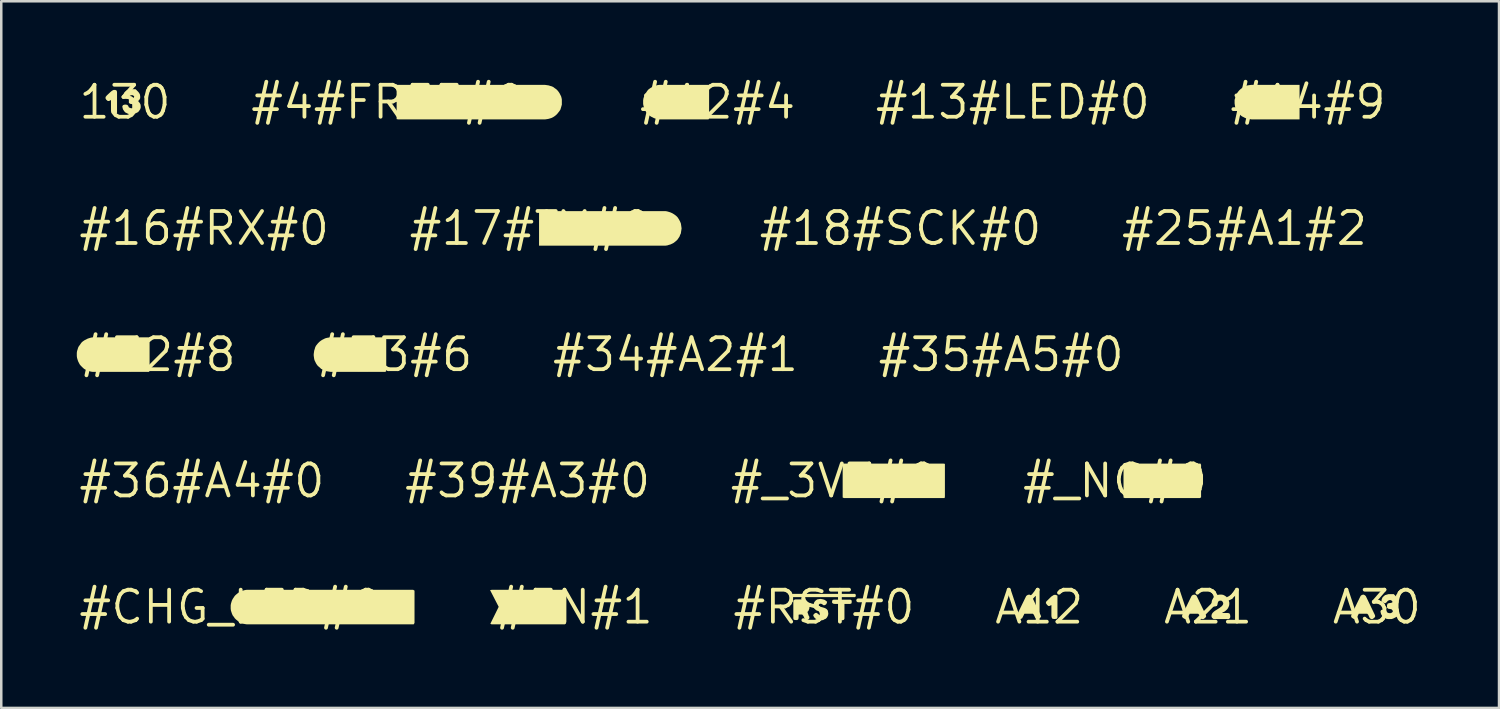
<source format=kicad_pcb>
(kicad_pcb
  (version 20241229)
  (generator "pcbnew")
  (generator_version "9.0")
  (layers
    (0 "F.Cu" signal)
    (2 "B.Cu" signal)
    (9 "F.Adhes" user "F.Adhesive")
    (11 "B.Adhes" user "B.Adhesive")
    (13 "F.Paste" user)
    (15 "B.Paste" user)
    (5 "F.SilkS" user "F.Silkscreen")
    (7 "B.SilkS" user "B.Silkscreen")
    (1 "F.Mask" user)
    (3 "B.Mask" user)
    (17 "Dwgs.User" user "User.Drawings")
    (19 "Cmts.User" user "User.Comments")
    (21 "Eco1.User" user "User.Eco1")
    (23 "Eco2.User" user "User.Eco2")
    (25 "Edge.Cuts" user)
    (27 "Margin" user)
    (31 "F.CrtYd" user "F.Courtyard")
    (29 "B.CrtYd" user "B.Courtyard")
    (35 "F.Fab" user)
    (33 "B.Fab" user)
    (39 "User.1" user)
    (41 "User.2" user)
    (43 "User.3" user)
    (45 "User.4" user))
  (footprint "#36#A4#0"
    (layer "F.Cu")
    (at 4.966 16.043)
    (property "Reference" "#36#A4#0" (at 0 0 0) (layer "F.SilkS") (effects (font (size 1.27 1.27) (thickness 0.15))))
    (fp_poly (pts (xy 1.905 0.248) (xy 1.9 0.25) (xy 1.9 0.245) (xy 1.903 0.245)) (stroke (width 0) (type default)) (fill yes) (layer "F.SilkS")))
  (footprint "#14#9"
    (layer "F.Cu")
    (at 48.889 1.006)
    (property "Reference" "#14#9" (at 0 0 0) (layer "F.SilkS") (effects (font (size 1.27 1.27) (thickness 0.15))))
    (fp_poly (pts (xy -0.335 0.685) (xy -2.238 0.685) (xy -2.239 0.685) (xy -2.24 0.685) (xy -2.244 0.685) (xy -2.243 0.685) (xy -2.301 0.675) (xy -2.371 0.665) (xy -2.431 0.655) (xy -2.502 0.625) (xy -2.562 0.594) (xy -2.623 0.564) (xy -2.673 0.524) (xy -2.724 0.474) (xy -2.774 0.423) (xy -2.804 0.373) (xy -2.844 0.313) (xy -2.875 0.252) (xy -2.895 0.181) (xy -2.905 0.121) (xy -2.915 0.05) (xy -2.915 -0.091) (xy -2.895 -0.151) (xy -2.885 -0.222) (xy -2.824 -0.343) (xy -2.784 -0.403) (xy -2.744 -0.453) (xy -2.693 -0.504) (xy -2.643 -0.544) (xy -2.583 -0.584) (xy -2.532 -0.614) (xy -2.462 -0.645) (xy -2.401 -0.665) (xy -2.331 -0.675) (xy -2.26 -0.685) (xy -0.335 -0.685)) (stroke (width 0) (type default)) (fill yes) (layer "F.SilkS")))
  (footprint "#18#SCK#0"
    (layer "F.Cu")
    (at 32.707 6.019)
    (property "Reference" "#18#SCK#0" (at 0 0 0) (layer "F.SilkS") (effects (font (size 1.27 1.27) (thickness 0.15))))
    (fp_poly (pts (xy 1.664 0.246) (xy 1.66 0.25) (xy 1.66 0.245) (xy 1.662 0.245)) (stroke (width 0) (type default)) (fill yes) (layer "F.SilkS")))
  (footprint "#12#4"
    (layer "F.Cu")
    (at 25.443 1.006)
    (property "Reference" "#12#4" (at 0 0 0) (layer "F.SilkS") (effects (font (size 1.27 1.27) (thickness 0.15))))
    (fp_poly (pts (xy -0.335 -0.652) (xy -0.335 0.631) (xy -0.357 0.685) (xy -2.33 0.685) (xy -2.391 0.675) (xy -2.461 0.655) (xy -2.522 0.635) (xy -2.643 0.574) (xy -2.703 0.534) (xy -2.754 0.484) (xy -2.804 0.433) (xy -2.844 0.383) (xy -2.905 0.262) (xy -2.925 0.201) (xy -2.945 0.131) (xy -2.955 0.07) (xy -2.955 -0.07) (xy -2.945 -0.141) (xy -2.925 -0.202) (xy -2.905 -0.262) (xy -2.874 -0.333) (xy -2.834 -0.383) (xy -2.794 -0.443) (xy -2.754 -0.494) (xy -2.703 -0.534) (xy -2.643 -0.574) (xy -2.522 -0.635) (xy -2.461 -0.655) (xy -2.391 -0.675) (xy -2.32 -0.685) (xy -0.378 -0.685)) (stroke (width 0) (type default)) (fill yes) (layer "F.SilkS")))
  (footprint "#25#A1#2"
    (layer "F.Cu")
    (at 46.365 6.019)
    (property "Reference" "#25#A1#2" (at 0 0 0) (layer "F.SilkS") (effects (font (size 1.27 1.27) (thickness 0.15))))
    (fp_poly (pts (xy 3.87 0.07) (xy 3.865 0.07) (xy 3.865 0.065) (xy 3.87 0.065)) (stroke (width 0) (type default)) (fill yes) (layer "F.SilkS")))
  (footprint "#35#A5#0"
    (layer "F.Cu")
    (at 36.704 11.031)
    (property "Reference" "#35#A5#0" (at 0 0 0) (layer "F.SilkS") (effects (font (size 1.27 1.27) (thickness 0.15))))
    (fp_poly (pts (xy 3.752 0.066) (xy 3.75 0.07) (xy 3.75 0.065) (xy 3.751 0.065)) (stroke (width 0) (type default)) (fill yes) (layer "F.SilkS")))
  (footprint "#4#FREE#0"
    (layer "F.Cu")
    (at 12.365 1.006)
    (property "Reference" "#4#FREE#0" (at 0 0 0) (layer "F.SilkS") (effects (font (size 1.27 1.27) (thickness 0.15))))
    (fp_poly (pts (xy 3.852 -0.255) (xy 3.914 -0.213) (xy 3.935 -0.15) (xy 3.925 -0.077) (xy 3.872 -0.035) (xy 3.81 -0.025) (xy 3.667 -0.025) (xy 3.655 -0.049) (xy 3.655 -0.254) (xy 3.72 -0.265) (xy 3.79 -0.265)) (stroke (width 0) (type default)) (fill yes) (layer "F.SilkS"))
    (fp_poly (pts (xy 6.23 -0.685) (xy 6.301 -0.675) (xy 6.371 -0.665) (xy 6.431 -0.645) (xy 6.502 -0.625) (xy 6.563 -0.594) (xy 6.613 -0.554) (xy 6.673 -0.514) (xy 6.724 -0.463) (xy 6.764 -0.413) (xy 6.804 -0.353) (xy 6.865 -0.232) (xy 6.885 -0.161) (xy 6.895 -0.1) (xy 6.895 0.101) (xy 6.875 0.171) (xy 6.855 0.241) (xy 6.835 0.302) (xy 6.794 0.363) (xy 6.754 0.413) (xy 6.714 0.463) (xy 6.663 0.514) (xy 6.613 0.554) (xy 6.553 0.594) (xy 6.492 0.625) (xy 6.431 0.645) (xy 6.361 0.665) (xy 6.301 0.675) (xy 6.23 0.685) (xy 0.4 0.685) (xy 0.335 0.674) (xy 0.335 -0.62) (xy 0.346 -0.685)) (stroke (width 0) (type default)) (fill yes) (layer "F.SilkS")))
  (footprint "#CHG_LED#0"
    (layer "F.Cu")
    (at 6.115 21.056)
    (property "Reference" "#CHG_LED#0" (at 0 0 0) (layer "F.SilkS") (effects (font (size 1.27 1.27) (thickness 0.15))))
    (fp_poly (pts (xy 6.443 -0.224) (xy 6.493 -0.184) (xy 6.544 -0.133) (xy 6.565 -0.071) (xy 6.575 0) (xy 6.565 0.072) (xy 6.534 0.133) (xy 6.494 0.183) (xy 6.443 0.234) (xy 6.421 0.245) (xy 6.206 0.245) (xy 6.195 0.19) (xy 6.195 -0.223) (xy 6.238 -0.255) (xy 6.381 -0.255)) (stroke (width 0) (type default)) (fill yes) (layer "F.SilkS"))
    (fp_poly (pts (xy 7.241 -0.685) (xy 7.295 -0.653) (xy 7.295 0.631) (xy 7.263 0.685) (xy 0.63 0.685) (xy 0.559 0.675) (xy 0.499 0.655) (xy 0.428 0.635) (xy 0.307 0.574) (xy 0.257 0.534) (xy 0.207 0.494) (xy 0.156 0.443) (xy 0.116 0.383) (xy 0.076 0.333) (xy 0.045 0.262) (xy 0.025 0.202) (xy 0.005 0.141) (xy -0.005 0.07) (xy -0.005 -0.07) (xy 0.005 -0.131) (xy 0.025 -0.201) (xy 0.045 -0.262) (xy 0.076 -0.323) (xy 0.116 -0.383) (xy 0.156 -0.443) (xy 0.197 -0.484) (xy 0.257 -0.534) (xy 0.307 -0.574) (xy 0.428 -0.635) (xy 0.489 -0.655) (xy 0.559 -0.675) (xy 0.63 -0.685)) (stroke (width 0) (type default)) (fill yes) (layer "F.SilkS")))
  (footprint "#39#A3#0"
    (layer "F.Cu")
    (at 17.899 16.043)
    (property "Reference" "#39#A3#0" (at 0 0 0) (layer "F.SilkS") (effects (font (size 1.27 1.27) (thickness 0.15))))
    (fp_poly (pts (xy 3.755 0.07) (xy 3.75 0.07) (xy 3.75 0.065) (xy 3.755 0.065)) (stroke (width 0) (type default)) (fill yes) (layer "F.SilkS")))
  (footprint "#16#RX#0"
    (layer "F.Cu")
    (at 5.057 6.019)
    (property "Reference" "#16#RX#0" (at 0 0 0) (layer "F.SilkS") (effects (font (size 1.27 1.27) (thickness 0.15))))
    (fp_poly (pts (xy 1.644 0.257) (xy 1.64 0.26) (xy 1.64 0.255) (xy 1.643 0.255)) (stroke (width 0) (type default)) (fill yes) (layer "F.SilkS")))
  (footprint "#34#A2#1"
    (layer "F.Cu")
    (at 23.771 11.031)
    (property "Reference" "#34#A2#1" (at 0 0 0) (layer "F.SilkS") (effects (font (size 1.27 1.27) (thickness 0.15))))
    (fp_poly (pts (xy 3.804 0.068) (xy 3.8 0.07) (xy 3.8 0.065) (xy 3.803 0.065)) (stroke (width 0) (type default)) (fill yes) (layer "F.SilkS")))
  (footprint "130"
    (layer "F.Cu")
    (at 1.912 1.006)
    (property "Reference" "130" (at 0 0 0) (layer "F.SilkS") (effects (font (size 1.27 1.27) (thickness 0.15))))
    (fp_poly (pts (xy -0.325 -0.453) (xy -0.315 -0.39) (xy -0.315 0.422) (xy -0.358 0.465) (xy -0.44 0.475) (xy -0.513 0.465) (xy -0.545 0.412) (xy -0.555 0.35) (xy -0.555 -0.059) (xy -0.563 -0.083) (xy -0.629 -0.045) (xy -0.682 -0.045) (xy -0.744 -0.097) (xy -0.775 -0.159) (xy -0.765 -0.212) (xy -0.714 -0.273) (xy -0.563 -0.414) (xy -0.513 -0.454) (xy -0.451 -0.485) (xy -0.379 -0.485)) (stroke (width 0) (type default)) (fill yes) (layer "F.SilkS"))
    (fp_poly (pts (xy 0.524 -0.413) (xy 0.564 -0.363) (xy 0.595 -0.302) (xy 0.605 -0.23) (xy 0.605 -0.159) (xy 0.574 -0.097) (xy 0.535 -0.058) (xy 0.535 -0.022) (xy 0.584 0.027) (xy 0.615 0.088) (xy 0.625 0.15) (xy 0.625 0.221) (xy 0.605 0.282) (xy 0.564 0.343) (xy 0.523 0.394) (xy 0.402 0.455) (xy 0.341 0.475) (xy 0.19 0.475) (xy 0.128 0.465) (xy 0.007 0.404) (xy -0.034 0.353) (xy -0.075 0.292) (xy -0.095 0.231) (xy -0.105 0.159) (xy -0.073 0.116) (xy -0.000392 0.095) (xy 0.082 0.105) (xy 0.124 0.137) (xy 0.154 0.206) (xy 0.212 0.235) (xy 0.28 0.245) (xy 0.338 0.226) (xy 0.385 0.188) (xy 0.375 0.132) (xy 0.328 0.085) (xy 0.259 0.075) (xy 0.198 0.065) (xy 0.155 0.022) (xy 0.155 -0.071) (xy 0.176 -0.134) (xy 0.229 -0.155) (xy 0.309 -0.165) (xy 0.356 -0.184) (xy 0.365 -0.238) (xy 0.308 -0.275) (xy 0.241 -0.275) (xy 0.183 -0.246) (xy 0.144 -0.196) (xy 0.091 -0.155) (xy 0.028 -0.165) (xy -0.034 -0.206) (xy -0.065 -0.259) (xy -0.055 -0.311) (xy -0.024 -0.383) (xy 0.027 -0.434) (xy 0.078 -0.475) (xy 0.149 -0.495) (xy 0.219 -0.515) (xy 0.422 -0.515)) (stroke (width 0) (type default)) (fill yes) (layer "F.SilkS")))
  (footprint "A30"
    (layer "F.Cu")
    (at 51.622 21.056)
    (property "Reference" "A30" (at 0 0 0) (layer "F.SilkS") (effects (font (size 1.27 1.27) (thickness 0.15))))
    (fp_poly (pts (xy -0.467 -0.464) (xy -0.436 -0.433) (xy -0.075 0.318) (xy -0.065 0.371) (xy -0.096 0.423) (xy -0.168 0.475) (xy -0.232 0.475) (xy -0.284 0.433) (xy -0.344 0.303) (xy -0.382 0.265) (xy -0.717 0.265) (xy -0.776 0.382) (xy -0.806 0.444) (xy -0.869 0.475) (xy -0.932 0.465) (xy -1.004 0.413) (xy -1.025 0.36) (xy -1.005 0.298) (xy -0.674 -0.382) (xy -0.644 -0.443) (xy -0.592 -0.485) (xy -0.519 -0.495)) (stroke (width 0) (type default)) (fill yes) (layer "F.SilkS"))
    (fp_poly (pts (xy 0.774 -0.413) (xy 0.814 -0.363) (xy 0.845 -0.302) (xy 0.855 -0.23) (xy 0.855 -0.159) (xy 0.824 -0.097) (xy 0.785 -0.058) (xy 0.785 -0.022) (xy 0.834 0.027) (xy 0.865 0.088) (xy 0.875 0.15) (xy 0.875 0.221) (xy 0.855 0.282) (xy 0.814 0.343) (xy 0.773 0.394) (xy 0.652 0.455) (xy 0.591 0.475) (xy 0.44 0.475) (xy 0.378 0.465) (xy 0.257 0.404) (xy 0.216 0.353) (xy 0.175 0.292) (xy 0.155 0.231) (xy 0.145 0.159) (xy 0.177 0.116) (xy 0.25 0.095) (xy 0.332 0.105) (xy 0.374 0.137) (xy 0.404 0.206) (xy 0.462 0.235) (xy 0.53 0.245) (xy 0.588 0.226) (xy 0.635 0.188) (xy 0.625 0.132) (xy 0.578 0.085) (xy 0.509 0.075) (xy 0.448 0.065) (xy 0.405 0.022) (xy 0.405 -0.071) (xy 0.426 -0.134) (xy 0.479 -0.155) (xy 0.559 -0.165) (xy 0.615 -0.184) (xy 0.615 -0.237) (xy 0.558 -0.275) (xy 0.491 -0.275) (xy 0.433 -0.246) (xy 0.394 -0.196) (xy 0.341 -0.155) (xy 0.278 -0.165) (xy 0.216 -0.206) (xy 0.185 -0.259) (xy 0.195 -0.311) (xy 0.226 -0.383) (xy 0.277 -0.434) (xy 0.328 -0.475) (xy 0.399 -0.495) (xy 0.469 -0.515) (xy 0.672 -0.515)) (stroke (width 0) (type default)) (fill yes) (layer "F.SilkS")))
  (footprint "#32#8"
    (layer "F.Cu")
    (at 3.225 11.031)
    (property "Reference" "#32#8" (at 0 0 0) (layer "F.SilkS") (effects (font (size 1.27 1.27) (thickness 0.15))))
    (fp_poly (pts (xy -0.378 -0.685) (xy -0.335 -0.652) (xy -0.335 0.641) (xy -0.357 0.685) (xy -2.6 0.685) (xy -2.671 0.675) (xy -2.731 0.655) (xy -2.802 0.635) (xy -2.923 0.574) (xy -2.973 0.534) (xy -3.024 0.484) (xy -3.074 0.433) (xy -3.114 0.383) (xy -3.175 0.262) (xy -3.195 0.201) (xy -3.215 0.131) (xy -3.225 0.06) (xy -3.225 -0.07) (xy -3.215 -0.141) (xy -3.195 -0.201) (xy -3.175 -0.272) (xy -3.144 -0.333) (xy -3.104 -0.383) (xy -3.064 -0.443) (xy -3.024 -0.494) (xy -2.973 -0.534) (xy -2.913 -0.574) (xy -2.792 -0.635) (xy -2.731 -0.655) (xy -2.661 -0.675) (xy -2.59 -0.685)) (stroke (width 0) (type default)) (fill yes) (layer "F.SilkS")))
  (footprint "#EN#1"
    (layer "F.Cu")
    (at 19.758 21.056)
    (property "Reference" "#EN#1" (at 0 0 0) (layer "F.SilkS") (effects (font (size 1.27 1.27) (thickness 0.15))))
    (fp_poly (pts (xy -0.357 -0.685) (xy -0.335 -0.631) (xy -0.335 0.652) (xy -0.378 0.685) (xy -3.291 0.685) (xy -3.337 0.662) (xy -3.034 0.048) (xy -3.006 -0.01) (xy -3.348 -0.674) (xy -3.28 -0.685)) (stroke (width 0) (type default)) (fill yes) (layer "F.SilkS")))
  (footprint "#17#TX#0"
    (layer "F.Cu")
    (at 18.02 6.019)
    (property "Reference" "#17#TX#0" (at 0 0 0) (layer "F.SilkS") (effects (font (size 1.27 1.27) (thickness 0.15))))
    (fp_poly (pts (xy 5.36 -0.685) (xy 5.421 -0.675) (xy 5.491 -0.655) (xy 5.552 -0.635) (xy 5.622 -0.604) (xy 5.673 -0.574) (xy 5.733 -0.534) (xy 5.783 -0.494) (xy 5.834 -0.443) (xy 5.874 -0.383) (xy 5.904 -0.332) (xy 5.935 -0.272) (xy 5.965 -0.201) (xy 5.975 -0.141) (xy 5.985 -0.071) (xy 5.995 0) (xy 5.985 0.071) (xy 5.975 0.131) (xy 5.965 0.202) (xy 5.935 0.262) (xy 5.915 0.322) (xy 5.834 0.443) (xy 5.783 0.494) (xy 5.733 0.534) (xy 5.683 0.574) (xy 5.562 0.635) (xy 5.491 0.655) (xy 5.431 0.675) (xy 5.36 0.685) (xy 0.335 0.685) (xy 0.335 -0.685)) (stroke (width 0) (type default)) (fill yes) (layer "F.SilkS")))
  (footprint "#RST#0"
    (layer "F.Cu")
    (at 29.667 21.056)
    (property "Reference" "#RST#0" (at 0 0 0) (layer "F.SilkS") (effects (font (size 1.27 1.27) (thickness 0.15))))
    (fp_poly (pts (xy 1.265 -0.492) (xy 1.265 -0.428) (xy 1.232 -0.395) (xy -1.255 -0.395) (xy -1.265 -0.525) (xy 1.232 -0.525)) (stroke (width 0) (type default)) (fill yes) (layer "F.SilkS"))
    (fp_poly (pts (xy 1.095 -0.273) (xy 1.105 -0.21) (xy 1.094 -0.146) (xy 1.041 -0.125) (xy 0.815 -0.125) (xy 0.815 0.461) (xy 0.794 0.504) (xy 0.73 0.525) (xy 0.668 0.515) (xy 0.625 0.483) (xy 0.615 0.43) (xy 0.615 -0.089) (xy 0.597 -0.125) (xy 0.43 -0.125) (xy 0.368 -0.135) (xy 0.325 -0.168) (xy 0.325 -0.241) (xy 0.347 -0.285) (xy 0.41 -0.295) (xy 1.051 -0.295)) (stroke (width 0) (type default)) (fill yes) (layer "F.SilkS"))
    (fp_poly (pts (xy -0.778 -0.285) (xy -0.727 -0.264) (xy -0.681 -0.227) (xy -0.68 -0.227) (xy -0.677 -0.224) (xy -0.673 -0.221) (xy -0.673 -0.22) (xy -0.636 -0.183) (xy -0.606 -0.132) (xy -0.585 -0.081) (xy -0.575 -0.02) (xy -0.575 0.041) (xy -0.595 0.102) (xy -0.616 0.153) (xy -0.654 0.192) (xy -0.645 0.229) (xy -0.606 0.338) (xy -0.585 0.368) (xy -0.575 0.431) (xy -0.596 0.473) (xy -0.658 0.515) (xy -0.711 0.525) (xy -0.754 0.493) (xy -0.814 0.353) (xy -0.862 0.295) (xy -0.969 0.295) (xy -1.005 0.304) (xy -1.005 0.42) (xy -1.015 0.483) (xy -1.058 0.515) (xy -1.13 0.515) (xy -1.194 0.504) (xy -1.215 0.451) (xy -1.215 -0.241) (xy -1.194 -0.284) (xy -1.131 -0.305) (xy -0.839 -0.305)) (stroke (width 0) (type default)) (fill yes) (layer "F.SilkS"))
    (fp_poly (pts (xy -0.079 -0.315) (xy -0.029 -0.305) (xy 0.032 -0.284) (xy 0.073 -0.254) (xy 0.126 -0.212) (xy 0.115 -0.158) (xy 0.084 -0.106) (xy 0.031 -0.075) (xy -0.022 -0.075) (xy -0.073 -0.116) (xy -0.121 -0.135) (xy -0.177 -0.125) (xy -0.205 -0.089) (xy -0.196 -0.034) (xy -0.148 -0.015) (xy -0.039 0.015) (xy 0.022 0.035) (xy 0.072 0.056) (xy 0.114 0.086) (xy 0.155 0.138) (xy 0.165 0.199) (xy 0.175 0.26) (xy 0.165 0.321) (xy 0.144 0.372) (xy 0.114 0.423) (xy 0.073 0.464) (xy 0.022 0.484) (xy -0.028 0.515) (xy -0.09 0.525) (xy -0.15 0.525) (xy -0.201 0.515) (xy -0.262 0.505) (xy -0.313 0.474) (xy -0.364 0.434) (xy -0.394 0.393) (xy -0.425 0.341) (xy -0.415 0.297) (xy -0.363 0.246) (xy -0.31 0.225) (xy -0.267 0.246) (xy -0.217 0.286) (xy -0.168 0.325) (xy -0.111 0.325) (xy -0.054 0.306) (xy -0.035 0.269) (xy -0.044 0.223) (xy -0.092 0.195) (xy -0.151 0.185) (xy -0.212 0.165) (xy -0.262 0.145) (xy -0.313 0.124) (xy -0.354 0.084) (xy -0.395 0.042) (xy -0.405 -0.019) (xy -0.415 -0.08) (xy -0.405 -0.131) (xy -0.384 -0.192) (xy -0.354 -0.233) (xy -0.313 -0.274) (xy -0.262 -0.305) (xy -0.14 -0.325)) (stroke (width 0) (type default)) (fill yes) (layer "F.SilkS")))
  (footprint "#_3V3#0"
    (layer "F.Cu")
    (at 30.076 16.043)
    (property "Reference" "#_3V3#0" (at 0 0 0) (layer "F.SilkS") (effects (font (size 1.27 1.27) (thickness 0.15))))
    (fp_poly (pts (xy 4.33 -0.685) (xy 4.395 -0.674) (xy 4.395 0.62) (xy 4.384 0.685) (xy 0.389 0.685) (xy 0.335 0.663) (xy 0.335 -0.631) (xy 0.357 -0.685)) (stroke (width 0) (type default)) (fill yes) (layer "F.SilkS")))
  (footprint "#_NC#0"
    (layer "F.Cu")
    (at 41.228 16.043)
    (property "Reference" "#_NC#0" (at 0 0 0) (layer "F.SilkS") (effects (font (size 1.27 1.27) (thickness 0.15))))
    (fp_poly (pts (xy 3.393 -0.685) (xy 3.415 -0.631) (xy 3.415 0.652) (xy 3.372 0.685) (xy 0.389 0.685) (xy 0.335 0.663) (xy 0.335 -0.631) (xy 0.357 -0.685)) (stroke (width 0) (type default)) (fill yes) (layer "F.SilkS")))
  (footprint "A21"
    (layer "F.Cu")
    (at 44.919 21.056)
    (property "Reference" "A21" (at 0 0 0) (layer "F.SilkS") (effects (font (size 1.27 1.27) (thickness 0.15))))
    (fp_poly (pts (xy -0.467 -0.464) (xy -0.446 -0.432) (xy -0.085 0.318) (xy -0.075 0.371) (xy -0.106 0.423) (xy -0.178 0.475) (xy -0.242 0.475) (xy -0.294 0.433) (xy -0.354 0.303) (xy -0.392 0.265) (xy -0.727 0.265) (xy -0.786 0.382) (xy -0.816 0.444) (xy -0.879 0.475) (xy -0.942 0.465) (xy -1.014 0.413) (xy -1.035 0.36) (xy -1.015 0.298) (xy -0.684 -0.382) (xy -0.654 -0.443) (xy -0.602 -0.485) (xy -0.529 -0.495)) (stroke (width 0) (type default)) (fill yes) (layer "F.SilkS"))
    (fp_poly (pts (xy 0.602 -0.485) (xy 0.663 -0.454) (xy 0.723 -0.414) (xy 0.764 -0.363) (xy 0.804 -0.312) (xy 0.825 -0.251) (xy 0.845 -0.181) (xy 0.845 -0.11) (xy 0.835 -0.049) (xy 0.804 0.022) (xy 0.774 0.073) (xy 0.723 0.124) (xy 0.663 0.174) (xy 0.602 0.204) (xy 0.558 0.231) (xy 0.562 0.235) (xy 0.77 0.235) (xy 0.843 0.245) (xy 0.875 0.298) (xy 0.885 0.37) (xy 0.875 0.433) (xy 0.822 0.475) (xy 0.218 0.475) (xy 0.156 0.423) (xy 0.135 0.36) (xy 0.145 0.298) (xy 0.176 0.237) (xy 0.227 0.186) (xy 0.277 0.146) (xy 0.457 0.036) (xy 0.507 -0.004) (xy 0.556 -0.043) (xy 0.595 -0.102) (xy 0.605 -0.159) (xy 0.576 -0.217) (xy 0.528 -0.255) (xy 0.462 -0.255) (xy 0.404 -0.217) (xy 0.385 -0.159) (xy 0.375 -0.099) (xy 0.354 -0.046) (xy 0.281 -0.025) (xy 0.188 -0.025) (xy 0.145 -0.068) (xy 0.135 -0.13) (xy 0.145 -0.201) (xy 0.155 -0.262) (xy 0.186 -0.323) (xy 0.226 -0.383) (xy 0.277 -0.434) (xy 0.328 -0.465) (xy 0.399 -0.485) (xy 0.46 -0.495) (xy 0.54 -0.495)) (stroke (width 0) (type default)) (fill yes) (layer "F.SilkS")))
  (footprint "A12"
    (layer "F.Cu")
    (at 38.215 21.056)
    (property "Reference" "A12" (at 0 0 0) (layer "F.SilkS") (effects (font (size 1.27 1.27) (thickness 0.15))))
    (fp_poly (pts (xy 0.725 -0.453) (xy 0.725 0.422) (xy 0.693 0.465) (xy 0.61 0.475) (xy 0.527 0.465) (xy 0.495 0.412) (xy 0.485 0.35) (xy 0.485 -0.059) (xy 0.477 -0.082) (xy 0.422 -0.045) (xy 0.358 -0.045) (xy 0.306 -0.097) (xy 0.265 -0.159) (xy 0.275 -0.212) (xy 0.336 -0.274) (xy 0.477 -0.414) (xy 0.537 -0.454) (xy 0.589 -0.485) (xy 0.661 -0.485)) (stroke (width 0) (type default)) (fill yes) (layer "F.SilkS"))
    (fp_poly (pts (xy -0.327 -0.464) (xy -0.296 -0.433) (xy 0.055 0.318) (xy 0.076 0.37) (xy 0.044 0.424) (xy -0.039 0.475) (xy -0.102 0.475) (xy -0.154 0.433) (xy -0.214 0.303) (xy -0.252 0.265) (xy -0.587 0.265) (xy -0.646 0.382) (xy -0.676 0.444) (xy -0.739 0.475) (xy -0.802 0.465) (xy -0.874 0.413) (xy -0.895 0.36) (xy -0.875 0.298) (xy -0.544 -0.382) (xy -0.514 -0.443) (xy -0.452 -0.485) (xy -0.389 -0.495)) (stroke (width 0) (type default)) (fill yes) (layer "F.SilkS")))
  (footprint "#13#LED#0"
    (layer "F.Cu")
    (at 37.166 1.006)
    (property "Reference" "#13#LED#0" (at 0 0 0) (layer "F.SilkS") (effects (font (size 1.27 1.27) (thickness 0.15))))
    (fp_poly (pts (xy -1.405 0.239) (xy -1.41 0.24) (xy -1.41 0.235) (xy -1.406 0.235)) (stroke (width 0) (type default)) (fill yes) (layer "F.SilkS")))
  (footprint "#33#6"
    (layer "F.Cu")
    (at 12.622 11.031)
    (property "Reference" "#33#6" (at 0 0 0) (layer "F.SilkS") (effects (font (size 1.27 1.27) (thickness 0.15))))
    (fp_poly (pts (xy -0.367 -0.685) (xy -0.335 -0.642) (xy -0.335 0.652) (xy -0.368 0.685) (xy -2.54 0.685) (xy -2.611 0.675) (xy -2.671 0.665) (xy -2.742 0.655) (xy -2.923 0.564) (xy -2.973 0.514) (xy -3.023 0.474) (xy -3.074 0.423) (xy -3.114 0.363) (xy -3.175 0.242) (xy -3.195 0.181) (xy -3.205 0.111) (xy -3.215 0.04) (xy -3.215 -0.02) (xy -3.205 -0.091) (xy -3.195 -0.161) (xy -3.175 -0.221) (xy -3.155 -0.292) (xy -3.124 -0.353) (xy -3.084 -0.403) (xy -3.044 -0.453) (xy -2.993 -0.504) (xy -2.943 -0.544) (xy -2.883 -0.584) (xy -2.762 -0.645) (xy -2.691 -0.665) (xy -2.631 -0.675) (xy -2.56 -0.685)) (stroke (width 0) (type default)) (fill yes) (layer "F.SilkS")))
  (gr_rect
    (start -3 -3)
    (end 56.474 25.062)
    (stroke (width 0.1) (type default))
    (fill no)
    (layer "Edge.Cuts")))
</source>
